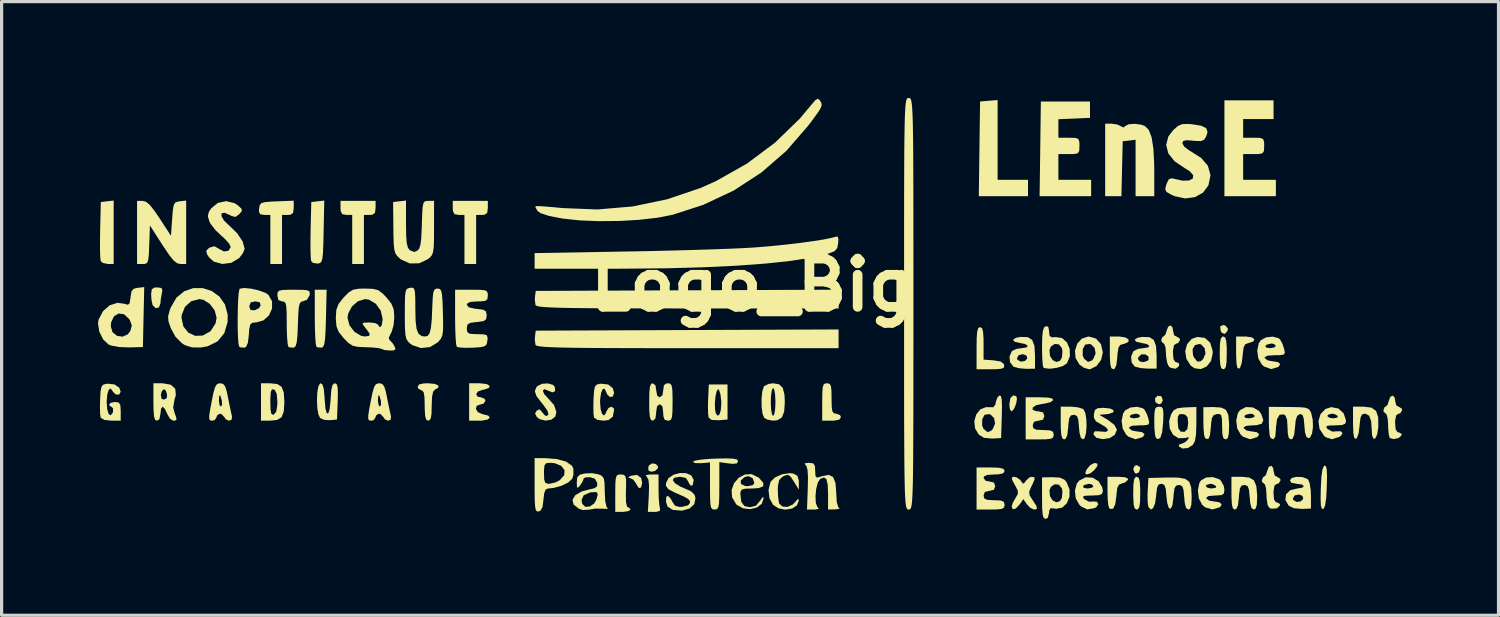
<source format=kicad_pcb>
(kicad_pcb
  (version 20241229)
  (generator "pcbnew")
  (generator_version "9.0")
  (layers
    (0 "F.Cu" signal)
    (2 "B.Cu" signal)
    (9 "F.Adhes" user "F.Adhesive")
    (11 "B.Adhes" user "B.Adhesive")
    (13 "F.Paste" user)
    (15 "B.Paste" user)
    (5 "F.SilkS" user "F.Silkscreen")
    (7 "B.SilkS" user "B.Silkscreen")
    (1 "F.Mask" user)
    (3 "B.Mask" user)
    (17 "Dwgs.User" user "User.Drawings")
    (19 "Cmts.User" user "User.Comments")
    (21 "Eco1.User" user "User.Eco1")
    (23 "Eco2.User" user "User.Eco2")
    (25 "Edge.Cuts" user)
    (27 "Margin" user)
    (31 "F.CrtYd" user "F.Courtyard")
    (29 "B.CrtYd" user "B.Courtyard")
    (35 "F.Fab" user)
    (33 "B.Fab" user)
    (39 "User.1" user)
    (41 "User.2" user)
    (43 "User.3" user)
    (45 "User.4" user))
  (footprint "Logo_Big"
    (layer "F.Cu")
    (at 20.357 5.822)
    (property "Reference" "Logo_Big" (at 0 0 0) (layer "F.SilkS") (effects (font (size 1.5 1.5) (thickness 0.3))))
    (attr board_only exclude_from_pos_files exclude_from_bom)
    (fp_poly (pts (xy 12.069 5.66) (xy 12.081 5.709) (xy 12.041 5.828) (xy 11.955 5.869) (xy 11.91 5.845) (xy 11.862 5.729) (xy 11.906 5.628) (xy 11.972 5.604)) (stroke (width 0) (type solid)) (fill yes) (layer "F.SilkS"))
    (fp_poly (pts (xy 14.733 1.262) (xy 14.809 1.354) (xy 14.802 1.416) (xy 14.717 1.52) (xy 14.621 1.487) (xy 14.581 1.416) (xy 14.571 1.282) (xy 14.666 1.244)) (stroke (width 0) (type solid)) (fill yes) (layer "F.SilkS"))
    (fp_poly (pts (xy -2.995 5.57) (xy -2.927 5.646) (xy -2.929 5.695) (xy -3.014 5.784) (xy -3.141 5.812) (xy -3.227 5.768) (xy -3.228 5.66) (xy -3.205 5.608) (xy -3.109 5.55)) (stroke (width 0) (type solid)) (fill yes) (layer "F.SilkS"))
    (fp_poly (pts (xy 12.725 3.456) (xy 12.745 3.473) (xy 12.785 3.587) (xy 12.732 3.689) (xy 12.664 3.712) (xy 12.57 3.659) (xy 12.551 3.633) (xy 12.542 3.522) (xy 12.619 3.447)) (stroke (width 0) (type solid)) (fill yes) (layer "F.SilkS"))
    (fp_poly (pts (xy 8.22 3.454) (xy 8.245 3.543) (xy 8.218 3.694) (xy 8.159 3.843) (xy 8.087 3.927) (xy 8.071 3.93) (xy 8.025 3.867) (xy 8.006 3.716) (xy 8.038 3.524) (xy 8.124 3.435)) (stroke (width 0) (type solid)) (fill yes) (layer "F.SilkS"))
    (fp_poly (pts (xy 10.75 5.558) (xy 10.743 5.638) (xy 10.659 5.751) (xy 10.539 5.852) (xy 10.43 5.895) (xy 10.367 5.868) (xy 10.4 5.764) (xy 10.41 5.745) (xy 10.524 5.605) (xy 10.657 5.537)) (stroke (width 0) (type solid)) (fill yes) (layer "F.SilkS"))
    (fp_poly (pts (xy -19.869 -1.642) (xy -19.869 -0.655) (xy -20.053 -0.655) (xy -20.206 -0.688) (xy -20.274 -0.75) (xy -20.286 -0.857) (xy -20.294 -1.077) (xy -20.295 -1.378) (xy -20.29 -1.715) (xy -20.269 -2.584) (xy -20.069 -2.607) (xy -19.869 -2.63)) (stroke (width 0) (type solid)) (fill yes) (layer "F.SilkS"))
    (fp_poly (pts (xy -3.454 6.003) (xy -3.421 6.148) (xy -3.451 6.297) (xy -3.52 6.321) (xy -3.594 6.213) (xy -3.601 6.191) (xy -3.694 6.06) (xy -3.77 6.02) (xy -3.854 5.991) (xy -3.805 5.952) (xy -3.766 5.935) (xy -3.578 5.909)) (stroke (width 0) (type solid)) (fill yes) (layer "F.SilkS"))
    (fp_poly (pts (xy 7.642 -4.517) (xy 7.642 -3.275) (xy 8.115 -3.275) (xy 8.588 -3.275) (xy 8.588 -3.02) (xy 8.588 -2.766) (xy 7.822 -2.766) (xy 7.057 -2.766) (xy 7.076 -4.239) (xy 7.096 -5.713) (xy 7.369 -5.736) (xy 7.642 -5.758)) (stroke (width 0) (type solid)) (fill yes) (layer "F.SilkS"))
    (fp_poly (pts (xy -18.379 0.092) (xy -18.354 0.174) (xy -18.367 0.237) (xy -18.404 0.447) (xy -18.412 0.564) (xy -18.459 0.695) (xy -18.557 0.722) (xy -18.651 0.633) (xy -18.66 0.613) (xy -18.693 0.456) (xy -18.704 0.285) (xy -18.684 0.132) (xy -18.596 0.078) (xy -18.514 0.073)) (stroke (width 0) (type solid)) (fill yes) (layer "F.SilkS"))
    (fp_poly (pts (xy -13.262 1.036) (xy -13.274 1.42) (xy -13.29 1.68) (xy -13.315 1.84) (xy -13.351 1.923) (xy -13.395 1.948) (xy -13.524 1.939) (xy -13.559 1.919) (xy -13.579 1.83) (xy -13.595 1.626) (xy -13.606 1.338) (xy -13.61 1.007) (xy -13.61 0.146) (xy -13.426 0.146) (xy -13.241 0.146)) (stroke (width 0) (type solid)) (fill yes) (layer "F.SilkS"))
    (fp_poly (pts (xy 12.032 5.998) (xy 12.065 6.106) (xy 12.08 6.318) (xy 12.081 6.477) (xy 12.075 6.754) (xy 12.052 6.913) (xy 12.006 6.979) (xy 11.972 6.987) (xy 11.913 6.957) (xy 11.879 6.849) (xy 11.865 6.637) (xy 11.863 6.477) (xy 11.869 6.201) (xy 11.893 6.042) (xy 11.938 5.975) (xy 11.972 5.968)) (stroke (width 0) (type solid)) (fill yes) (layer "F.SilkS"))
    (fp_poly (pts (xy 12.746 3.797) (xy 12.788 3.854) (xy 12.802 3.989) (xy 12.796 4.233) (xy 12.794 4.27) (xy 12.763 4.582) (xy 12.705 4.757) (xy 12.622 4.794) (xy 12.568 4.756) (xy 12.542 4.663) (xy 12.524 4.468) (xy 12.518 4.245) (xy 12.523 3.994) (xy 12.544 3.855) (xy 12.591 3.796) (xy 12.667 3.785)) (stroke (width 0) (type solid)) (fill yes) (layer "F.SilkS"))
    (fp_poly (pts (xy 14.724 1.631) (xy 14.758 1.739) (xy 14.773 1.951) (xy 14.774 2.111) (xy 14.768 2.387) (xy 14.745 2.546) (xy 14.699 2.613) (xy 14.665 2.62) (xy 14.606 2.59) (xy 14.572 2.482) (xy 14.557 2.27) (xy 14.556 2.111) (xy 14.562 1.834) (xy 14.585 1.675) (xy 14.631 1.609) (xy 14.665 1.601)) (stroke (width 0) (type solid)) (fill yes) (layer "F.SilkS"))
    (fp_poly (pts (xy 17.86 5.638) (xy 17.886 5.739) (xy 17.894 5.944) (xy 17.888 6.264) (xy 17.869 6.627) (xy 17.836 6.855) (xy 17.789 6.961) (xy 17.774 6.97) (xy 17.729 6.953) (xy 17.703 6.852) (xy 17.695 6.647) (xy 17.701 6.327) (xy 17.72 5.964) (xy 17.753 5.736) (xy 17.8 5.63) (xy 17.816 5.621)) (stroke (width 0) (type solid)) (fill yes) (layer "F.SilkS"))
    (fp_poly (pts (xy -13.335 -1.661) (xy -13.344 -1.269) (xy -13.355 -1) (xy -13.373 -0.829) (xy -13.401 -0.732) (xy -13.445 -0.687) (xy -13.508 -0.67) (xy -13.519 -0.668) (xy -13.663 -0.688) (xy -13.722 -0.745) (xy -13.735 -0.854) (xy -13.743 -1.076) (xy -13.744 -1.378) (xy -13.74 -1.715) (xy -13.719 -2.584) (xy -13.517 -2.607) (xy -13.314 -2.63)) (stroke (width 0) (type solid)) (fill yes) (layer "F.SilkS"))
    (fp_poly (pts (xy -2.911 6.362) (xy -2.905 6.625) (xy -2.887 6.839) (xy -2.867 6.944) (xy -2.868 7.028) (xy -2.979 7.058) (xy -3.033 7.06) (xy -3.243 7.06) (xy -3.214 6.542) (xy -3.206 6.241) (xy -3.225 6.058) (xy -3.276 5.967) (xy -3.285 5.96) (xy -3.308 5.916) (xy -3.194 5.897) (xy -3.148 5.896) (xy -2.911 5.895)) (stroke (width 0) (type solid)) (fill yes) (layer "F.SilkS"))
    (fp_poly (pts (xy 15.552 1.627) (xy 15.634 1.688) (xy 15.6 1.757) (xy 15.445 1.806) (xy 15.351 1.842) (xy 15.299 1.939) (xy 15.273 2.135) (xy 15.269 2.2) (xy 15.239 2.43) (xy 15.187 2.575) (xy 15.156 2.602) (xy 15.106 2.577) (xy 15.077 2.447) (xy 15.066 2.194) (xy 15.065 2.117) (xy 15.065 1.601) (xy 15.363 1.601)) (stroke (width 0) (type solid)) (fill yes) (layer "F.SilkS"))
    (fp_poly (pts (xy -11.717 -2.402) (xy -11.737 -2.246) (xy -11.82 -2.189) (xy -11.899 -2.183) (xy -12.081 -2.183) (xy -12.081 -1.419) (xy -12.081 -0.655) (xy -12.263 -0.655) (xy -12.445 -0.655) (xy -12.445 -1.419) (xy -12.445 -2.183) (xy -12.627 -2.183) (xy -12.757 -2.207) (xy -12.805 -2.307) (xy -12.809 -2.402) (xy -12.809 -2.62) (xy -12.263 -2.62) (xy -11.717 -2.62)) (stroke (width 0) (type solid)) (fill yes) (layer "F.SilkS"))
    (fp_poly (pts (xy -8.224 -2.402) (xy -8.244 -2.246) (xy -8.327 -2.189) (xy -8.406 -2.183) (xy -8.588 -2.183) (xy -8.588 -1.419) (xy -8.588 -0.655) (xy -8.77 -0.655) (xy -8.952 -0.655) (xy -8.952 -1.419) (xy -8.952 -2.183) (xy -9.134 -2.183) (xy -9.264 -2.207) (xy -9.311 -2.307) (xy -9.316 -2.402) (xy -9.316 -2.62) (xy -8.77 -2.62) (xy -8.224 -2.62)) (stroke (width 0) (type solid)) (fill yes) (layer "F.SilkS"))
    (fp_poly (pts (xy 11.613 5.982) (xy 11.7 6.027) (xy 11.7 6.059) (xy 11.611 6.142) (xy 11.515 6.173) (xy 11.421 6.209) (xy 11.369 6.306) (xy 11.343 6.502) (xy 11.339 6.567) (xy 11.303 6.825) (xy 11.236 6.961) (xy 11.144 6.966) (xy 11.113 6.94) (xy 11.086 6.846) (xy 11.068 6.651) (xy 11.062 6.429) (xy 11.062 5.968) (xy 11.396 5.968)) (stroke (width 0) (type solid)) (fill yes) (layer "F.SilkS"))
    (fp_poly (pts (xy 11.616 1.629) (xy 11.717 1.694) (xy 11.714 1.768) (xy 11.593 1.826) (xy 11.554 1.833) (xy 11.456 1.865) (xy 11.402 1.952) (xy 11.375 2.131) (xy 11.368 2.238) (xy 11.34 2.482) (xy 11.289 2.6) (xy 11.241 2.62) (xy 11.183 2.587) (xy 11.15 2.47) (xy 11.136 2.244) (xy 11.135 2.111) (xy 11.135 1.601) (xy 11.426 1.601)) (stroke (width 0) (type solid)) (fill yes) (layer "F.SilkS"))
    (fp_poly (pts (xy -4.002 5.902) (xy -3.948 5.942) (xy -3.923 6.043) (xy -3.92 6.237) (xy -3.928 6.496) (xy -3.924 6.753) (xy -3.893 6.893) (xy -3.864 6.914) (xy -3.788 6.966) (xy -3.785 6.987) (xy -3.848 7.036) (xy -4.003 7.059) (xy -4.021 7.06) (xy -4.258 7.06) (xy -4.258 6.478) (xy -4.255 6.188) (xy -4.242 6.015) (xy -4.211 5.929) (xy -4.152 5.898) (xy -4.094 5.895)) (stroke (width 0) (type solid)) (fill yes) (layer "F.SilkS"))
    (fp_poly (pts (xy 2.408 3.071) (xy 2.452 3.137) (xy 2.471 3.286) (xy 2.474 3.53) (xy 2.479 3.786) (xy 2.499 3.929) (xy 2.545 3.99) (xy 2.62 4.003) (xy 2.739 4.048) (xy 2.766 4.112) (xy 2.718 4.188) (xy 2.558 4.219) (xy 2.474 4.221) (xy 2.183 4.221) (xy 2.183 3.639) (xy 2.186 3.349) (xy 2.2 3.175) (xy 2.233 3.088) (xy 2.291 3.059) (xy 2.329 3.057)) (stroke (width 0) (type solid)) (fill yes) (layer "F.SilkS"))
    (fp_poly (pts (xy 2.693 0.436) (xy 2.693 0.728) (xy -2.004 0.728) (xy -2.962 0.727) (xy -3.784 0.726) (xy -4.481 0.724) (xy -5.062 0.72) (xy -5.538 0.715) (xy -5.917 0.708) (xy -6.211 0.699) (xy -6.429 0.687) (xy -6.581 0.674) (xy -6.677 0.657) (xy -6.727 0.638) (xy -6.74 0.624) (xy -6.762 0.471) (xy -6.756 0.351) (xy -6.732 0.182) (xy -2.02 0.163) (xy 2.693 0.144)) (stroke (width 0) (type solid)) (fill yes) (layer "F.SilkS"))
    (fp_poly (pts (xy 2.693 1.673) (xy 2.693 1.965) (xy -2.004 1.965) (xy -2.962 1.965) (xy -3.784 1.963) (xy -4.481 1.961) (xy -5.062 1.957) (xy -5.538 1.952) (xy -5.917 1.945) (xy -6.211 1.936) (xy -6.429 1.925) (xy -6.581 1.911) (xy -6.677 1.895) (xy -6.727 1.876) (xy -6.74 1.861) (xy -6.762 1.708) (xy -6.756 1.588) (xy -6.732 1.419) (xy -2.02 1.4) (xy 2.693 1.382)) (stroke (width 0) (type solid)) (fill yes) (layer "F.SilkS"))
    (fp_poly (pts (xy 7.156 1.34) (xy 7.189 1.448) (xy 7.204 1.662) (xy 7.205 1.815) (xy 7.205 2.321) (xy 7.514 2.343) (xy 7.731 2.378) (xy 7.833 2.452) (xy 7.847 2.493) (xy 7.841 2.564) (xy 7.771 2.602) (xy 7.605 2.618) (xy 7.429 2.62) (xy 6.987 2.62) (xy 6.987 1.965) (xy 6.991 1.645) (xy 7.007 1.446) (xy 7.038 1.343) (xy 7.088 1.31) (xy 7.096 1.31)) (stroke (width 0) (type solid)) (fill yes) (layer "F.SilkS"))
    (fp_poly (pts (xy -14.265 -2.405) (xy -14.284 -2.247) (xy -14.365 -2.189) (xy -14.447 -2.183) (xy -14.629 -2.183) (xy -14.629 -1.419) (xy -14.629 -0.655) (xy -14.811 -0.655) (xy -14.993 -0.655) (xy -14.993 -1.419) (xy -14.993 -2.183) (xy -15.179 -2.183) (xy -15.312 -2.204) (xy -15.349 -2.297) (xy -15.343 -2.384) (xy -15.324 -2.487) (xy -15.276 -2.548) (xy -15.165 -2.581) (xy -14.959 -2.598) (xy -14.792 -2.605) (xy -14.265 -2.626)) (stroke (width 0) (type solid)) (fill yes) (layer "F.SilkS"))
    (fp_poly (pts (xy -9.871 3.077) (xy -9.761 3.128) (xy -9.768 3.195) (xy -9.862 3.249) (xy -9.926 3.317) (xy -9.96 3.477) (xy -9.971 3.755) (xy -9.971 3.756) (xy -9.978 4.019) (xy -10.005 4.164) (xy -10.057 4.218) (xy -10.08 4.221) (xy -10.141 4.19) (xy -10.175 4.077) (xy -10.188 3.856) (xy -10.189 3.748) (xy -10.196 3.483) (xy -10.222 3.335) (xy -10.274 3.279) (xy -10.298 3.275) (xy -10.395 3.217) (xy -10.407 3.166) (xy -10.365 3.094) (xy -10.219 3.061) (xy -10.08 3.057)) (stroke (width 0) (type solid)) (fill yes) (layer "F.SilkS"))
    (fp_poly (pts (xy 19.273 3.814) (xy 19.421 3.917) (xy 19.488 4.114) (xy 19.491 4.418) (xy 19.456 4.645) (xy 19.399 4.771) (xy 19.34 4.785) (xy 19.297 4.678) (xy 19.287 4.524) (xy 19.268 4.235) (xy 19.207 4.068) (xy 19.096 4.005) (xy 19.064 4.003) (xy 18.982 4.029) (xy 18.936 4.128) (xy 18.911 4.335) (xy 18.908 4.379) (xy 18.878 4.612) (xy 18.826 4.757) (xy 18.795 4.786) (xy 18.745 4.76) (xy 18.716 4.63) (xy 18.705 4.378) (xy 18.704 4.3) (xy 18.704 3.785) (xy 19.029 3.785)) (stroke (width 0) (type solid)) (fill yes) (layer "F.SilkS"))
    (fp_poly (pts (xy -8.264 3.08) (xy -8.167 3.136) (xy -8.19 3.202) (xy -8.342 3.254) (xy -8.393 3.262) (xy -8.534 3.315) (xy -8.586 3.4) (xy -8.54 3.474) (xy -8.442 3.493) (xy -8.324 3.539) (xy -8.297 3.603) (xy -8.358 3.691) (xy -8.442 3.712) (xy -8.567 3.755) (xy -8.596 3.852) (xy -8.536 3.955) (xy -8.397 4.016) (xy -8.393 4.016) (xy -8.212 4.063) (xy -8.161 4.127) (xy -8.233 4.187) (xy -8.418 4.22) (xy -8.473 4.221) (xy -8.806 4.221) (xy -8.806 3.639) (xy -8.806 3.057) (xy -8.473 3.057)) (stroke (width 0) (type solid)) (fill yes) (layer "F.SilkS"))
    (fp_poly (pts (xy -0.764 3.639) (xy -0.764 4.185) (xy -1.038 4.207) (xy -1.256 4.198) (xy -1.351 4.127) (xy -1.368 4.004) (xy -1.374 3.785) (xy -1.371 3.665) (xy -1.157 3.665) (xy -1.154 3.861) (xy -1.13 3.987) (xy -1.071 4.068) (xy -1.015 4.029) (xy -0.973 3.895) (xy -0.957 3.692) (xy -0.96 3.595) (xy -0.986 3.39) (xy -1.029 3.261) (xy -1.055 3.239) (xy -1.102 3.303) (xy -1.138 3.462) (xy -1.157 3.665) (xy -1.371 3.665) (xy -1.368 3.559) (xy -1.346 3.093) (xy -1.055 3.093) (xy -0.764 3.093)) (stroke (width 0) (type solid)) (fill yes) (layer "F.SilkS"))
    (fp_poly (pts (xy 11.372 -4.995) (xy 11.476 -4.943) (xy 11.564 -4.903) (xy 11.604 -4.943) (xy 11.714 -5.002) (xy 11.901 -5.019) (xy 12.106 -4.993) (xy 12.229 -4.948) (xy 12.349 -4.825) (xy 12.435 -4.597) (xy 12.49 -4.252) (xy 12.515 -3.78) (xy 12.518 -3.548) (xy 12.518 -2.766) (xy 12.227 -2.766) (xy 11.936 -2.766) (xy 11.936 -3.644) (xy 11.936 -4.522) (xy 11.736 -4.499) (xy 11.536 -4.476) (xy 11.515 -3.621) (xy 11.495 -2.766) (xy 11.242 -2.766) (xy 10.99 -2.766) (xy 10.99 -3.894) (xy 10.99 -5.022) (xy 11.193 -5.022)) (stroke (width 0) (type solid)) (fill yes) (layer "F.SilkS"))
    (fp_poly (pts (xy -14.779 3.08) (xy -14.642 3.168) (xy -14.574 3.347) (xy -14.556 3.639) (xy -14.574 3.933) (xy -14.642 4.111) (xy -14.781 4.198) (xy -15.007 4.221) (xy -15.284 4.221) (xy -15.284 3.639) (xy -14.993 3.639) (xy -14.986 3.881) (xy -14.962 4.005) (xy -14.914 4.037) (xy -14.883 4.029) (xy -14.808 3.938) (xy -14.776 3.727) (xy -14.774 3.639) (xy -14.794 3.39) (xy -14.856 3.265) (xy -14.883 3.249) (xy -14.945 3.25) (xy -14.979 3.331) (xy -14.992 3.52) (xy -14.993 3.639) (xy -15.284 3.639) (xy -15.284 3.057) (xy -15.007 3.057)) (stroke (width 0) (type solid)) (fill yes) (layer "F.SilkS"))
    (fp_poly (pts (xy 10.517 -5.458) (xy 10.517 -5.204) (xy 10.025 -5.182) (xy 9.534 -5.161) (xy 9.534 -4.873) (xy 9.534 -4.585) (xy 9.862 -4.585) (xy 10.063 -4.58) (xy 10.158 -4.543) (xy 10.187 -4.444) (xy 10.189 -4.33) (xy 10.182 -4.174) (xy 10.135 -4.1) (xy 10.007 -4.077) (xy 9.862 -4.076) (xy 9.534 -4.076) (xy 9.534 -3.675) (xy 9.534 -3.275) (xy 10.044 -3.275) (xy 10.553 -3.275) (xy 10.553 -3.02) (xy 10.553 -2.766) (xy 9.751 -2.766) (xy 8.949 -2.766) (xy 8.969 -4.239) (xy 8.988 -5.713) (xy 9.752 -5.713) (xy 10.517 -5.713)) (stroke (width 0) (type solid)) (fill yes) (layer "F.SilkS"))
    (fp_poly (pts (xy 14.094 1.647) (xy 14.259 1.796) (xy 14.335 2.046) (xy 14.338 2.118) (xy 14.285 2.36) (xy 14.151 2.532) (xy 13.969 2.615) (xy 13.772 2.59) (xy 13.651 2.506) (xy 13.516 2.292) (xy 13.482 2.056) (xy 13.497 2) (xy 13.71 2) (xy 13.723 2.181) (xy 13.754 2.253) (xy 13.858 2.383) (xy 13.966 2.371) (xy 14.043 2.297) (xy 14.112 2.131) (xy 14.085 1.963) (xy 13.979 1.85) (xy 13.925 1.833) (xy 13.783 1.87) (xy 13.71 2) (xy 13.497 2) (xy 13.541 1.837) (xy 13.683 1.676) (xy 13.855 1.614)) (stroke (width 0) (type solid)) (fill yes) (layer "F.SilkS"))
    (fp_poly (pts (xy 15.475 5.991) (xy 15.619 6.078) (xy 15.694 6.253) (xy 15.72 6.541) (xy 15.72 6.618) (xy 15.708 6.851) (xy 15.667 6.965) (xy 15.615 6.987) (xy 15.545 6.937) (xy 15.503 6.776) (xy 15.488 6.605) (xy 15.467 6.379) (xy 15.427 6.263) (xy 15.355 6.225) (xy 15.32 6.223) (xy 15.233 6.243) (xy 15.184 6.329) (xy 15.158 6.514) (xy 15.152 6.605) (xy 15.125 6.848) (xy 15.073 6.967) (xy 15.025 6.987) (xy 14.967 6.954) (xy 14.934 6.837) (xy 14.921 6.611) (xy 14.92 6.477) (xy 14.92 5.968) (xy 15.245 5.968)) (stroke (width 0) (type solid)) (fill yes) (layer "F.SilkS"))
    (fp_poly (pts (xy 16.23 -5.458) (xy 16.23 -5.167) (xy 15.757 -5.167) (xy 15.284 -5.167) (xy 15.284 -4.876) (xy 15.284 -4.585) (xy 15.611 -4.585) (xy 15.812 -4.58) (xy 15.908 -4.543) (xy 15.937 -4.444) (xy 15.939 -4.33) (xy 15.932 -4.174) (xy 15.884 -4.1) (xy 15.757 -4.077) (xy 15.611 -4.076) (xy 15.284 -4.076) (xy 15.284 -3.675) (xy 15.284 -3.275) (xy 15.793 -3.275) (xy 16.303 -3.275) (xy 16.303 -3.02) (xy 16.303 -2.766) (xy 15.502 -2.766) (xy 14.701 -2.766) (xy 14.701 -4.258) (xy 14.701 -5.75) (xy 15.466 -5.75) (xy 16.23 -5.75)) (stroke (width 0) (type solid)) (fill yes) (layer "F.SilkS"))
    (fp_poly (pts (xy -12.929 3.082) (xy -12.9 3.175) (xy -12.891 3.363) (xy -12.897 3.621) (xy -12.918 4.185) (xy -13.137 4.206) (xy -13.323 4.194) (xy -13.446 4.137) (xy -13.5 4.017) (xy -13.532 3.817) (xy -13.542 3.578) (xy -13.531 3.344) (xy -13.499 3.158) (xy -13.448 3.062) (xy -13.431 3.057) (xy -13.37 3.095) (xy -13.331 3.227) (xy -13.307 3.474) (xy -13.304 3.548) (xy -13.278 3.84) (xy -13.237 3.989) (xy -13.19 3.996) (xy -13.148 3.862) (xy -13.118 3.588) (xy -13.115 3.53) (xy -13.095 3.261) (xy -13.059 3.112) (xy -13.001 3.058) (xy -12.985 3.057)) (stroke (width 0) (type solid)) (fill yes) (layer "F.SilkS"))
    (fp_poly (pts (xy 10.134 3.804) (xy 10.292 3.852) (xy 10.32 3.872) (xy 10.375 3.993) (xy 10.405 4.188) (xy 10.41 4.412) (xy 10.391 4.619) (xy 10.349 4.764) (xy 10.302 4.803) (xy 10.232 4.754) (xy 10.19 4.592) (xy 10.175 4.421) (xy 10.154 4.195) (xy 10.115 4.08) (xy 10.042 4.041) (xy 10.007 4.039) (xy 9.92 4.06) (xy 9.871 4.145) (xy 9.846 4.33) (xy 9.84 4.421) (xy 9.812 4.665) (xy 9.76 4.784) (xy 9.712 4.803) (xy 9.655 4.77) (xy 9.622 4.653) (xy 9.608 4.428) (xy 9.607 4.294) (xy 9.607 3.785) (xy 9.92 3.785)) (stroke (width 0) (type solid)) (fill yes) (layer "F.SilkS"))
    (fp_poly (pts (xy 11.15 3.844) (xy 11.252 3.898) (xy 11.242 3.96) (xy 11.108 4.009) (xy 11.049 4.016) (xy 10.808 4.039) (xy 11.081 4.201) (xy 11.275 4.351) (xy 11.353 4.496) (xy 11.354 4.507) (xy 11.29 4.662) (xy 11.129 4.764) (xy 10.914 4.796) (xy 10.717 4.755) (xy 10.633 4.659) (xy 10.626 4.617) (xy 10.671 4.55) (xy 10.823 4.555) (xy 10.835 4.558) (xy 11.02 4.569) (xy 11.081 4.518) (xy 11.016 4.427) (xy 10.873 4.341) (xy 10.703 4.241) (xy 10.639 4.132) (xy 10.639 4.02) (xy 10.67 3.89) (xy 10.753 3.834) (xy 10.933 3.821) (xy 10.947 3.821)) (stroke (width 0) (type solid)) (fill yes) (layer "F.SilkS"))
    (fp_poly (pts (xy 14.6 3.813) (xy 14.749 3.885) (xy 14.823 4.041) (xy 14.847 4.309) (xy 14.847 4.376) (xy 14.838 4.626) (xy 14.808 4.76) (xy 14.748 4.803) (xy 14.738 4.803) (xy 14.672 4.768) (xy 14.638 4.643) (xy 14.629 4.401) (xy 14.629 4.398) (xy 14.624 4.168) (xy 14.601 4.05) (xy 14.545 4.012) (xy 14.465 4.016) (xy 14.367 4.048) (xy 14.313 4.135) (xy 14.286 4.315) (xy 14.279 4.421) (xy 14.252 4.673) (xy 14.204 4.79) (xy 14.128 4.784) (xy 14.095 4.755) (xy 14.069 4.662) (xy 14.052 4.468) (xy 14.046 4.254) (xy 14.046 3.802) (xy 14.354 3.797)) (stroke (width 0) (type solid)) (fill yes) (layer "F.SilkS"))
    (fp_poly (pts (xy -17.613 -1.642) (xy -17.613 -0.655) (xy -17.792 -0.655) (xy -17.893 -0.678) (xy -18.001 -0.762) (xy -18.136 -0.928) (xy -18.318 -1.197) (xy -18.356 -1.255) (xy -18.741 -1.856) (xy -18.762 -1.255) (xy -18.774 -0.961) (xy -18.793 -0.783) (xy -18.827 -0.692) (xy -18.886 -0.659) (xy -18.962 -0.655) (xy -19.141 -0.655) (xy -19.141 -1.638) (xy -19.141 -2.62) (xy -18.968 -2.62) (xy -18.861 -2.591) (xy -18.742 -2.492) (xy -18.591 -2.3) (xy -18.44 -2.077) (xy -18.086 -1.534) (xy -18.049 -2.059) (xy -18.028 -2.33) (xy -18 -2.489) (xy -17.952 -2.568) (xy -17.871 -2.599) (xy -17.813 -2.607) (xy -17.613 -2.63)) (stroke (width 0) (type solid)) (fill yes) (layer "F.SilkS"))
    (fp_poly (pts (xy -0.589 5.403) (xy -0.477 5.427) (xy -0.438 5.471) (xy -0.437 5.485) (xy -0.472 5.551) (xy -0.6 5.564) (xy -0.728 5.551) (xy -1.019 5.512) (xy -1.019 6.249) (xy -1.021 6.583) (xy -1.03 6.798) (xy -1.052 6.919) (xy -1.091 6.973) (xy -1.154 6.987) (xy -1.164 6.987) (xy -1.231 6.977) (xy -1.273 6.93) (xy -1.297 6.819) (xy -1.307 6.618) (xy -1.31 6.301) (xy -1.31 6.253) (xy -1.31 5.52) (xy -1.583 5.544) (xy -1.758 5.542) (xy -1.837 5.507) (xy -1.838 5.495) (xy -1.762 5.461) (xy -1.574 5.431) (xy -1.305 5.409) (xy -1.128 5.401) (xy -0.798 5.395)) (stroke (width 0) (type solid)) (fill yes) (layer "F.SilkS"))
    (fp_poly (pts (xy 10.704 1.665) (xy 10.859 1.839) (xy 10.917 2.097) (xy 10.917 2.098) (xy 10.862 2.331) (xy 10.722 2.518) (xy 10.534 2.615) (xy 10.48 2.62) (xy 10.322 2.571) (xy 10.189 2.474) (xy 10.069 2.272) (xy 10.062 2.192) (xy 10.289 2.192) (xy 10.335 2.293) (xy 10.456 2.392) (xy 10.567 2.355) (xy 10.622 2.297) (xy 10.692 2.13) (xy 10.664 1.961) (xy 10.555 1.849) (xy 10.501 1.833) (xy 10.367 1.854) (xy 10.296 1.986) (xy 10.293 1.998) (xy 10.289 2.192) (xy 10.062 2.192) (xy 10.05 2.043) (xy 10.119 1.827) (xy 10.262 1.667) (xy 10.466 1.601) (xy 10.473 1.601)) (stroke (width 0) (type solid)) (fill yes) (layer "F.SilkS"))
    (fp_poly (pts (xy -6.199 3.105) (xy -6.139 3.169) (xy -6.128 3.302) (xy -6.214 3.34) (xy -6.332 3.292) (xy -6.463 3.241) (xy -6.512 3.283) (xy -6.474 3.388) (xy -6.363 3.509) (xy -6.162 3.736) (xy -6.091 3.953) (xy -6.125 4.094) (xy -6.247 4.191) (xy -6.433 4.218) (xy -6.615 4.173) (xy -6.698 4.109) (xy -6.754 3.996) (xy -6.703 3.909) (xy -6.616 3.866) (xy -6.542 3.948) (xy -6.452 4.053) (xy -6.401 4.076) (xy -6.334 4.03) (xy -6.373 3.904) (xy -6.512 3.709) (xy -6.55 3.664) (xy -6.711 3.455) (xy -6.762 3.302) (xy -6.711 3.177) (xy -6.681 3.144) (xy -6.538 3.073) (xy -6.356 3.061)) (stroke (width 0) (type solid)) (fill yes) (layer "F.SilkS"))
    (fp_poly (pts (xy 0.842 3.089) (xy 0.956 3.202) (xy 1.009 3.417) (xy 1.019 3.639) (xy 0.999 3.939) (xy 0.928 4.12) (xy 0.793 4.206) (xy 0.655 4.221) (xy 0.478 4.189) (xy 0.378 4.134) (xy 0.326 4.006) (xy 0.298 3.79) (xy 0.296 3.639) (xy 0.582 3.639) (xy 0.593 3.872) (xy 0.622 4.029) (xy 0.655 4.076) (xy 0.694 4.009) (xy 0.72 3.836) (xy 0.728 3.639) (xy 0.717 3.406) (xy 0.688 3.249) (xy 0.655 3.202) (xy 0.616 3.269) (xy 0.59 3.442) (xy 0.582 3.639) (xy 0.296 3.639) (xy 0.295 3.54) (xy 0.318 3.312) (xy 0.365 3.161) (xy 0.378 3.144) (xy 0.515 3.077) (xy 0.655 3.057)) (stroke (width 0) (type solid)) (fill yes) (layer "F.SilkS"))
    (fp_poly (pts (xy 9.216 3.503) (xy 9.348 3.533) (xy 9.371 3.584) (xy 9.286 3.646) (xy 9.11 3.69) (xy 9.037 3.698) (xy 8.846 3.738) (xy 8.739 3.806) (xy 8.728 3.877) (xy 8.829 3.924) (xy 8.915 3.93) (xy 9.058 3.964) (xy 9.097 4.076) (xy 9.055 4.19) (xy 8.915 4.221) (xy 8.773 4.255) (xy 8.734 4.367) (xy 8.755 4.458) (xy 8.844 4.501) (xy 9.038 4.512) (xy 9.061 4.512) (xy 9.266 4.522) (xy 9.362 4.561) (xy 9.388 4.647) (xy 9.389 4.658) (xy 9.373 4.739) (xy 9.303 4.783) (xy 9.145 4.801) (xy 8.952 4.803) (xy 8.515 4.803) (xy 8.515 4.148) (xy 8.515 3.493) (xy 8.958 3.493)) (stroke (width 0) (type solid)) (fill yes) (layer "F.SilkS"))
    (fp_poly (pts (xy 16.219 5.692) (xy 16.23 5.78) (xy 16.267 5.931) (xy 16.339 5.968) (xy 16.435 6.026) (xy 16.448 6.077) (xy 16.39 6.174) (xy 16.339 6.186) (xy 16.263 6.234) (xy 16.232 6.394) (xy 16.23 6.477) (xy 16.246 6.676) (xy 16.303 6.76) (xy 16.345 6.768) (xy 16.429 6.813) (xy 16.43 6.859) (xy 16.333 6.951) (xy 16.168 6.96) (xy 16.102 6.939) (xy 16.044 6.844) (xy 16.014 6.636) (xy 16.011 6.544) (xy 15.998 6.338) (xy 15.964 6.209) (xy 15.939 6.186) (xy 15.874 6.127) (xy 15.866 6.077) (xy 15.903 5.98) (xy 15.934 5.968) (xy 15.996 5.906) (xy 16.025 5.81) (xy 16.079 5.663) (xy 16.158 5.622)) (stroke (width 0) (type solid)) (fill yes) (layer "F.SilkS"))
    (fp_poly (pts (xy 2.687 -1.44) (xy 2.68 -1.304) (xy 2.65 -1.149) (xy 2.571 -1.057) (xy 2.402 -0.988) (xy 2.333 -0.968) (xy 1.83 -0.851) (xy 1.188 -0.751) (xy 0.412 -0.668) (xy -0.493 -0.602) (xy -1.52 -0.553) (xy -2.666 -0.522) (xy -3.924 -0.51) (xy -4.163 -0.509) (xy -6.768 -0.509) (xy -6.768 -0.752) (xy -6.768 -0.995) (xy -3.872 -1.045) (xy -3.187 -1.058) (xy -2.505 -1.074) (xy -1.85 -1.092) (xy -1.245 -1.111) (xy -0.715 -1.13) (xy -0.281 -1.149) (xy 0.031 -1.167) (xy 0.04 -1.167) (xy 0.529 -1.207) (xy 1.023 -1.256) (xy 1.494 -1.311) (xy 1.916 -1.369) (xy 2.26 -1.424) (xy 2.5 -1.475) (xy 2.571 -1.497) (xy 2.659 -1.512)) (stroke (width 0) (type solid)) (fill yes) (layer "F.SilkS"))
    (fp_poly (pts (xy 7.677 5.685) (xy 7.813 5.715) (xy 7.859 5.773) (xy 7.86 5.786) (xy 7.817 5.858) (xy 7.672 5.891) (xy 7.533 5.895) (xy 7.317 5.909) (xy 7.218 5.958) (xy 7.205 6.004) (xy 7.268 6.092) (xy 7.387 6.113) (xy 7.53 6.148) (xy 7.569 6.259) (xy 7.526 6.373) (xy 7.387 6.405) (xy 7.244 6.439) (xy 7.205 6.55) (xy 7.227 6.641) (xy 7.316 6.684) (xy 7.509 6.696) (xy 7.533 6.696) (xy 7.737 6.705) (xy 7.834 6.745) (xy 7.86 6.831) (xy 7.86 6.841) (xy 7.844 6.923) (xy 7.774 6.966) (xy 7.617 6.984) (xy 7.423 6.987) (xy 6.987 6.987) (xy 6.987 6.332) (xy 6.987 5.677) (xy 7.423 5.677)) (stroke (width 0) (type solid)) (fill yes) (layer "F.SilkS"))
    (fp_poly (pts (xy 7.744 3.454) (xy 7.769 3.555) (xy 7.778 3.76) (xy 7.772 4.084) (xy 7.751 4.761) (xy 7.474 4.778) (xy 7.216 4.754) (xy 7.056 4.654) (xy 6.939 4.459) (xy 6.931 4.375) (xy 7.16 4.375) (xy 7.206 4.477) (xy 7.327 4.576) (xy 7.438 4.538) (xy 7.493 4.48) (xy 7.562 4.313) (xy 7.535 4.145) (xy 7.426 4.032) (xy 7.371 4.016) (xy 7.238 4.037) (xy 7.166 4.169) (xy 7.163 4.181) (xy 7.16 4.375) (xy 6.931 4.375) (xy 6.917 4.237) (xy 6.977 4.027) (xy 7.105 3.867) (xy 7.287 3.798) (xy 7.356 3.801) (xy 7.507 3.803) (xy 7.57 3.725) (xy 7.584 3.65) (xy 7.634 3.5) (xy 7.699 3.437)) (stroke (width 0) (type solid)) (fill yes) (layer "F.SilkS"))
    (fp_poly (pts (xy 13.089 1.325) (xy 13.1 1.413) (xy 13.137 1.564) (xy 13.209 1.601) (xy 13.306 1.659) (xy 13.319 1.71) (xy 13.26 1.807) (xy 13.209 1.819) (xy 13.134 1.868) (xy 13.102 2.027) (xy 13.1 2.111) (xy 13.117 2.309) (xy 13.174 2.394) (xy 13.216 2.402) (xy 13.295 2.442) (xy 13.284 2.526) (xy 13.195 2.596) (xy 13.166 2.604) (xy 13.027 2.575) (xy 12.971 2.535) (xy 12.916 2.41) (xy 12.884 2.207) (xy 12.882 2.132) (xy 12.867 1.942) (xy 12.829 1.831) (xy 12.809 1.819) (xy 12.745 1.761) (xy 12.736 1.71) (xy 12.773 1.613) (xy 12.804 1.601) (xy 12.867 1.539) (xy 12.895 1.443) (xy 12.95 1.297) (xy 13.028 1.255)) (stroke (width 0) (type solid)) (fill yes) (layer "F.SilkS"))
    (fp_poly (pts (xy 20.003 3.509) (xy 20.014 3.597) (xy 20.051 3.747) (xy 20.123 3.785) (xy 20.22 3.843) (xy 20.233 3.894) (xy 20.174 3.99) (xy 20.123 4.003) (xy 20.048 4.051) (xy 20.016 4.21) (xy 20.014 4.294) (xy 20.031 4.493) (xy 20.088 4.577) (xy 20.13 4.585) (xy 20.214 4.63) (xy 20.215 4.676) (xy 20.124 4.759) (xy 19.975 4.794) (xy 19.852 4.762) (xy 19.848 4.758) (xy 19.817 4.66) (xy 19.799 4.47) (xy 19.796 4.355) (xy 19.782 4.151) (xy 19.748 4.024) (xy 19.723 4.003) (xy 19.659 3.944) (xy 19.65 3.894) (xy 19.687 3.797) (xy 19.718 3.785) (xy 19.781 3.723) (xy 19.809 3.626) (xy 19.864 3.48) (xy 19.942 3.439)) (stroke (width 0) (type solid)) (fill yes) (layer "F.SilkS"))
    (fp_poly (pts (xy -4.481 3.094) (xy -4.334 3.211) (xy -4.294 3.357) (xy -4.336 3.471) (xy -4.426 3.483) (xy -4.514 3.397) (xy -4.535 3.341) (xy -4.59 3.227) (xy -4.649 3.238) (xy -4.699 3.353) (xy -4.728 3.551) (xy -4.731 3.639) (xy -4.713 3.863) (xy -4.669 4.01) (xy -4.611 4.06) (xy -4.553 3.994) (xy -4.535 3.937) (xy -4.466 3.823) (xy -4.37 3.786) (xy -4.302 3.838) (xy -4.294 3.888) (xy -4.335 4.097) (xy -4.47 4.202) (xy -4.632 4.221) (xy -4.816 4.194) (xy -4.917 4.127) (xy -4.919 4.123) (xy -4.935 4.002) (xy -4.94 3.785) (xy -4.935 3.559) (xy -4.919 3.306) (xy -4.892 3.165) (xy -4.837 3.099) (xy -4.739 3.073) (xy -4.708 3.07)) (stroke (width 0) (type solid)) (fill yes) (layer "F.SilkS"))
    (fp_poly (pts (xy 1.282 5.867) (xy 1.409 5.934) (xy 1.453 6.075) (xy 1.455 6.14) (xy 1.455 6.368) (xy 1.311 6.132) (xy 1.203 5.966) (xy 1.12 5.906) (xy 1.017 5.931) (xy 0.941 5.97) (xy 0.845 6.066) (xy 0.805 6.242) (xy 0.801 6.365) (xy 0.81 6.589) (xy 0.835 6.764) (xy 0.845 6.799) (xy 0.946 6.895) (xy 1.106 6.904) (xy 1.269 6.829) (xy 1.342 6.752) (xy 1.426 6.657) (xy 1.455 6.69) (xy 1.456 6.701) (xy 1.395 6.859) (xy 1.24 6.958) (xy 1.034 6.99) (xy 0.82 6.948) (xy 0.655 6.841) (xy 0.542 6.638) (xy 0.512 6.378) (xy 0.574 6.13) (xy 0.581 6.116) (xy 0.72 5.983) (xy 0.94 5.888) (xy 1.178 5.854)) (stroke (width 0) (type solid)) (fill yes) (layer "F.SilkS"))
    (fp_poly (pts (xy 8.579 1.621) (xy 8.717 1.707) (xy 8.788 1.893) (xy 8.806 2.184) (xy 8.806 2.603) (xy 8.533 2.607) (xy 8.317 2.59) (xy 8.148 2.546) (xy 8.133 2.539) (xy 8.031 2.409) (xy 8.017 2.278) (xy 8.244 2.278) (xy 8.258 2.325) (xy 8.365 2.386) (xy 8.497 2.361) (xy 8.567 2.283) (xy 8.541 2.194) (xy 8.432 2.152) (xy 8.302 2.18) (xy 8.299 2.182) (xy 8.244 2.278) (xy 8.017 2.278) (xy 8.012 2.227) (xy 8.084 2.062) (xy 8.093 2.052) (xy 8.227 1.987) (xy 8.384 1.965) (xy 8.546 1.941) (xy 8.58 1.888) (xy 8.49 1.832) (xy 8.351 1.806) (xy 8.169 1.763) (xy 8.124 1.7) (xy 8.216 1.64) (xy 8.356 1.614)) (stroke (width 0) (type solid)) (fill yes) (layer "F.SilkS"))
    (fp_poly (pts (xy 9.58 5.993) (xy 9.72 6.057) (xy 9.787 6.132) (xy 9.88 6.356) (xy 9.879 6.587) (xy 9.798 6.788) (xy 9.655 6.926) (xy 9.465 6.964) (xy 9.419 6.955) (xy 9.288 6.944) (xy 9.246 7.027) (xy 9.243 7.095) (xy 9.205 7.242) (xy 9.134 7.278) (xy 9.08 7.252) (xy 9.047 7.158) (xy 9.03 6.971) (xy 9.025 6.666) (xy 9.025 6.632) (xy 9.025 6.39) (xy 9.256 6.39) (xy 9.272 6.572) (xy 9.355 6.702) (xy 9.47 6.761) (xy 9.581 6.727) (xy 9.643 6.623) (xy 9.66 6.431) (xy 9.642 6.328) (xy 9.55 6.213) (xy 9.418 6.2) (xy 9.301 6.279) (xy 9.256 6.39) (xy 9.025 6.39) (xy 9.025 5.986) (xy 9.35 5.98)) (stroke (width 0) (type solid)) (fill yes) (layer "F.SilkS"))
    (fp_poly (pts (xy 15.588 3.808) (xy 15.776 3.916) (xy 15.851 4.021) (xy 15.912 4.207) (xy 15.864 4.315) (xy 15.696 4.362) (xy 15.564 4.367) (xy 15.366 4.384) (xy 15.299 4.437) (xy 15.302 4.458) (xy 15.39 4.527) (xy 15.524 4.552) (xy 15.707 4.579) (xy 15.783 4.642) (xy 15.733 4.724) (xy 15.718 4.734) (xy 15.499 4.799) (xy 15.284 4.721) (xy 15.211 4.658) (xy 15.1 4.463) (xy 15.068 4.22) (xy 15.099 4.076) (xy 15.32 4.076) (xy 15.346 4.13) (xy 15.461 4.148) (xy 15.6 4.124) (xy 15.648 4.076) (xy 15.587 4.016) (xy 15.506 4.003) (xy 15.367 4.036) (xy 15.32 4.076) (xy 15.099 4.076) (xy 15.117 3.993) (xy 15.184 3.895) (xy 15.371 3.797)) (stroke (width 0) (type solid)) (fill yes) (layer "F.SilkS"))
    (fp_poly (pts (xy -13.992 0.148) (xy -13.841 0.163) (xy -13.774 0.201) (xy -13.764 0.27) (xy -13.768 0.309) (xy -13.851 0.457) (xy -13.953 0.496) (xy -14.027 0.516) (xy -14.076 0.568) (xy -14.105 0.68) (xy -14.122 0.881) (xy -14.134 1.197) (xy -14.135 1.223) (xy -14.149 1.56) (xy -14.171 1.777) (xy -14.205 1.897) (xy -14.256 1.945) (xy -14.268 1.949) (xy -14.398 1.939) (xy -14.432 1.919) (xy -14.454 1.828) (xy -14.472 1.627) (xy -14.482 1.351) (xy -14.483 1.189) (xy -14.485 0.871) (xy -14.496 0.671) (xy -14.521 0.562) (xy -14.566 0.518) (xy -14.629 0.509) (xy -14.743 0.467) (xy -14.774 0.328) (xy -14.767 0.233) (xy -14.724 0.178) (xy -14.613 0.153) (xy -14.403 0.146) (xy -14.26 0.146)) (stroke (width 0) (type solid)) (fill yes) (layer "F.SilkS"))
    (fp_poly (pts (xy 8.234 5.986) (xy 8.341 6.061) (xy 8.366 6.095) (xy 8.433 6.184) (xy 8.488 6.144) (xy 8.519 6.095) (xy 8.629 5.99) (xy 8.701 5.968) (xy 8.783 5.981) (xy 8.795 6.042) (xy 8.735 6.185) (xy 8.694 6.265) (xy 8.626 6.424) (xy 8.637 6.542) (xy 8.73 6.691) (xy 8.845 6.866) (xy 8.869 6.956) (xy 8.807 6.986) (xy 8.774 6.987) (xy 8.657 6.932) (xy 8.556 6.825) (xy 8.442 6.663) (xy 8.329 6.825) (xy 8.209 6.954) (xy 8.116 6.98) (xy 8.079 6.894) (xy 8.079 6.894) (xy 8.118 6.769) (xy 8.198 6.63) (xy 8.274 6.499) (xy 8.267 6.389) (xy 8.198 6.257) (xy 8.115 6.105) (xy 8.079 6.013) (xy 8.079 6.011) (xy 8.127 5.964)) (stroke (width 0) (type solid)) (fill yes) (layer "F.SilkS"))
    (fp_poly (pts (xy 10.6 5.996) (xy 10.787 6.107) (xy 10.9 6.298) (xy 10.917 6.421) (xy 10.89 6.502) (xy 10.785 6.541) (xy 10.58 6.55) (xy 10.381 6.556) (xy 10.302 6.581) (xy 10.317 6.637) (xy 10.339 6.664) (xy 10.492 6.744) (xy 10.602 6.735) (xy 10.735 6.744) (xy 10.776 6.822) (xy 10.711 6.915) (xy 10.656 6.943) (xy 10.435 6.982) (xy 10.248 6.895) (xy 10.189 6.841) (xy 10.075 6.642) (xy 10.047 6.401) (xy 10.085 6.259) (xy 10.298 6.259) (xy 10.324 6.313) (xy 10.44 6.332) (xy 10.578 6.307) (xy 10.626 6.259) (xy 10.565 6.199) (xy 10.485 6.186) (xy 10.345 6.22) (xy 10.298 6.259) (xy 10.085 6.259) (xy 10.107 6.179) (xy 10.177 6.088) (xy 10.383 5.983)) (stroke (width 0) (type solid)) (fill yes) (layer "F.SilkS"))
    (fp_poly (pts (xy 12.364 1.621) (xy 12.502 1.707) (xy 12.572 1.894) (xy 12.591 2.182) (xy 12.591 2.6) (xy 12.309 2.6) (xy 12.094 2.584) (xy 11.927 2.543) (xy 11.909 2.534) (xy 11.813 2.408) (xy 11.803 2.3) (xy 12.009 2.3) (xy 12.065 2.379) (xy 12.188 2.399) (xy 12.308 2.357) (xy 12.341 2.321) (xy 12.338 2.225) (xy 12.244 2.159) (xy 12.112 2.159) (xy 12.106 2.162) (xy 12.017 2.256) (xy 12.009 2.3) (xy 11.803 2.3) (xy 11.797 2.228) (xy 11.865 2.066) (xy 11.878 2.052) (xy 12.012 1.987) (xy 12.169 1.965) (xy 12.331 1.941) (xy 12.364 1.888) (xy 12.275 1.832) (xy 12.136 1.806) (xy 11.953 1.763) (xy 11.908 1.7) (xy 12.001 1.64) (xy 12.141 1.614)) (stroke (width 0) (type solid)) (fill yes) (layer "F.SilkS"))
    (fp_poly (pts (xy 17.123 5.976) (xy 17.273 6.029) (xy 17.307 6.055) (xy 17.355 6.173) (xy 17.387 6.382) (xy 17.394 6.549) (xy 17.394 6.956) (xy 17.104 6.967) (xy 16.861 6.945) (xy 16.704 6.869) (xy 16.598 6.687) (xy 16.603 6.645) (xy 16.832 6.645) (xy 16.846 6.692) (xy 16.953 6.753) (xy 17.085 6.728) (xy 17.155 6.65) (xy 17.129 6.56) (xy 17.02 6.518) (xy 16.89 6.547) (xy 16.887 6.549) (xy 16.832 6.645) (xy 16.603 6.645) (xy 16.618 6.514) (xy 16.747 6.384) (xy 16.968 6.332) (xy 16.972 6.332) (xy 17.119 6.309) (xy 17.176 6.259) (xy 17.113 6.208) (xy 16.96 6.186) (xy 16.958 6.186) (xy 16.784 6.154) (xy 16.739 6.077) (xy 16.8 6.003) (xy 16.947 5.969)) (stroke (width 0) (type solid)) (fill yes) (layer "F.SilkS"))
    (fp_poly (pts (xy 18.248 3.842) (xy 18.413 3.993) (xy 18.485 4.215) (xy 18.486 4.237) (xy 18.459 4.318) (xy 18.354 4.357) (xy 18.15 4.367) (xy 17.95 4.372) (xy 17.871 4.397) (xy 17.886 4.453) (xy 17.908 4.481) (xy 18.061 4.561) (xy 18.167 4.553) (xy 18.32 4.549) (xy 18.378 4.609) (xy 18.32 4.698) (xy 18.274 4.727) (xy 18.045 4.799) (xy 17.857 4.738) (xy 17.8 4.689) (xy 17.66 4.471) (xy 17.628 4.234) (xy 17.675 4.076) (xy 17.904 4.076) (xy 17.966 4.13) (xy 18.09 4.148) (xy 18.214 4.125) (xy 18.231 4.076) (xy 18.129 4.015) (xy 18.045 4.003) (xy 17.929 4.034) (xy 17.904 4.076) (xy 17.675 4.076) (xy 17.692 4.018) (xy 17.843 3.859) (xy 18.026 3.799)) (stroke (width 0) (type solid)) (fill yes) (layer "F.SilkS"))
    (fp_poly (pts (xy 12.16 3.834) (xy 12.212 3.876) (xy 12.286 4.013) (xy 12.338 4.167) (xy 12.361 4.288) (xy 12.327 4.346) (xy 12.203 4.365) (xy 12.047 4.367) (xy 11.827 4.38) (xy 11.737 4.423) (xy 11.736 4.458) (xy 11.824 4.527) (xy 11.958 4.552) (xy 12.141 4.579) (xy 12.216 4.642) (xy 12.166 4.724) (xy 12.152 4.734) (xy 11.933 4.799) (xy 11.718 4.721) (xy 11.645 4.658) (xy 11.535 4.465) (xy 11.501 4.224) (xy 11.532 4.076) (xy 11.754 4.076) (xy 11.78 4.13) (xy 11.895 4.148) (xy 12.034 4.124) (xy 12.081 4.076) (xy 12.021 4.016) (xy 11.94 4.003) (xy 11.801 4.036) (xy 11.754 4.076) (xy 11.532 4.076) (xy 11.547 3.999) (xy 11.614 3.899) (xy 11.777 3.811) (xy 11.982 3.789)) (stroke (width 0) (type solid)) (fill yes) (layer "F.SilkS"))
    (fp_poly (pts (xy 14.538 6.043) (xy 14.587 6.082) (xy 14.679 6.245) (xy 14.701 6.373) (xy 14.685 6.487) (xy 14.609 6.537) (xy 14.433 6.55) (xy 14.404 6.55) (xy 14.204 6.567) (xy 14.135 6.619) (xy 14.138 6.641) (xy 14.226 6.71) (xy 14.356 6.732) (xy 14.536 6.758) (xy 14.615 6.821) (xy 14.574 6.903) (xy 14.554 6.917) (xy 14.327 6.983) (xy 14.104 6.919) (xy 14.007 6.838) (xy 13.905 6.64) (xy 13.875 6.392) (xy 13.901 6.259) (xy 14.119 6.259) (xy 14.182 6.313) (xy 14.305 6.332) (xy 14.429 6.309) (xy 14.447 6.259) (xy 14.344 6.198) (xy 14.26 6.186) (xy 14.145 6.218) (xy 14.119 6.259) (xy 13.901 6.259) (xy 13.92 6.164) (xy 13.968 6.084) (xy 14.128 5.99) (xy 14.341 5.976)) (stroke (width 0) (type solid)) (fill yes) (layer "F.SilkS"))
    (fp_poly (pts (xy 16.382 1.651) (xy 16.433 1.693) (xy 16.508 1.83) (xy 16.559 1.984) (xy 16.582 2.104) (xy 16.548 2.163) (xy 16.424 2.182) (xy 16.268 2.183) (xy 16.048 2.197) (xy 15.958 2.24) (xy 15.957 2.274) (xy 16.045 2.344) (xy 16.179 2.369) (xy 16.362 2.396) (xy 16.438 2.459) (xy 16.388 2.54) (xy 16.373 2.55) (xy 16.154 2.615) (xy 15.939 2.537) (xy 15.866 2.474) (xy 15.756 2.282) (xy 15.723 2.04) (xy 15.753 1.892) (xy 15.975 1.892) (xy 16.001 1.946) (xy 16.116 1.965) (xy 16.255 1.941) (xy 16.303 1.892) (xy 16.242 1.833) (xy 16.161 1.819) (xy 16.022 1.853) (xy 15.975 1.892) (xy 15.753 1.892) (xy 15.769 1.815) (xy 15.835 1.716) (xy 15.998 1.628) (xy 16.204 1.605)) (stroke (width 0) (type solid)) (fill yes) (layer "F.SilkS"))
    (fp_poly (pts (xy -18.939 0.996) (xy -18.959 1.929) (xy -19.396 1.941) (xy -19.701 1.929) (xy -19.949 1.882) (xy -20.027 1.851) (xy -20.198 1.69) (xy -20.317 1.449) (xy -20.343 1.282) (xy -19.96 1.282) (xy -19.903 1.47) (xy -19.765 1.581) (xy -19.592 1.606) (xy -19.429 1.534) (xy -19.347 1.422) (xy -19.305 1.257) (xy -19.363 1.096) (xy -19.387 1.058) (xy -19.545 0.909) (xy -19.714 0.885) (xy -19.86 0.973) (xy -19.948 1.16) (xy -19.96 1.282) (xy -20.343 1.282) (xy -20.357 1.192) (xy -20.338 1.075) (xy -20.201 0.812) (xy -19.993 0.63) (xy -19.749 0.552) (xy -19.545 0.581) (xy -19.428 0.613) (xy -19.373 0.568) (xy -19.348 0.413) (xy -19.345 0.379) (xy -19.315 0.196) (xy -19.242 0.113) (xy -19.121 0.086) (xy -18.918 0.063)) (stroke (width 0) (type solid)) (fill yes) (layer "F.SilkS"))
    (fp_poly (pts (xy -18.09 3.102) (xy -17.951 3.231) (xy -17.935 3.435) (xy -17.974 3.559) (xy -18.017 3.806) (xy -17.98 3.958) (xy -17.919 4.128) (xy -17.918 4.203) (xy -17.98 4.221) (xy -18.017 4.221) (xy -18.117 4.159) (xy -18.203 4.01) (xy -18.206 4.003) (xy -18.277 3.852) (xy -18.345 3.785) (xy -18.348 3.785) (xy -18.394 3.848) (xy -18.413 4) (xy -18.413 4.003) (xy -18.446 4.176) (xy -18.522 4.221) (xy -18.578 4.194) (xy -18.612 4.094) (xy -18.628 3.897) (xy -18.632 3.639) (xy -18.632 3.402) (xy -18.4 3.402) (xy -18.382 3.536) (xy -18.304 3.566) (xy -18.214 3.516) (xy -18.208 3.402) (xy -18.254 3.274) (xy -18.304 3.239) (xy -18.37 3.301) (xy -18.4 3.402) (xy -18.632 3.402) (xy -18.632 3.057) (xy -18.343 3.057)) (stroke (width 0) (type solid)) (fill yes) (layer "F.SilkS"))
    (fp_poly (pts (xy -16.462 3.076) (xy -16.399 3.154) (xy -16.347 3.322) (xy -16.308 3.512) (xy -16.257 3.772) (xy -16.21 3.987) (xy -16.184 4.094) (xy -16.2 4.194) (xy -16.285 4.222) (xy -16.384 4.173) (xy -16.422 4.112) (xy -16.513 4.015) (xy -16.565 4.003) (xy -16.655 4.061) (xy -16.666 4.112) (xy -16.726 4.203) (xy -16.8 4.221) (xy -16.864 4.213) (xy -16.895 4.169) (xy -16.895 4.061) (xy -16.864 3.859) (xy -16.822 3.639) (xy -16.815 3.603) (xy -16.594 3.603) (xy -16.572 3.739) (xy -16.531 3.785) (xy -16.496 3.724) (xy -16.503 3.603) (xy -16.539 3.466) (xy -16.566 3.421) (xy -16.587 3.483) (xy -16.594 3.603) (xy -16.815 3.603) (xy -16.763 3.349) (xy -16.712 3.174) (xy -16.656 3.087) (xy -16.583 3.058) (xy -16.553 3.057)) (stroke (width 0) (type solid)) (fill yes) (layer "F.SilkS"))
    (fp_poly (pts (xy -11.513 3.076) (xy -11.45 3.154) (xy -11.398 3.322) (xy -11.359 3.512) (xy -11.308 3.772) (xy -11.261 3.987) (xy -11.235 4.094) (xy -11.251 4.194) (xy -11.336 4.222) (xy -11.435 4.173) (xy -11.473 4.112) (xy -11.564 4.015) (xy -11.616 4.003) (xy -11.706 4.061) (xy -11.717 4.112) (xy -11.777 4.203) (xy -11.851 4.221) (xy -11.915 4.213) (xy -11.946 4.169) (xy -11.946 4.061) (xy -11.915 3.859) (xy -11.873 3.639) (xy -11.866 3.603) (xy -11.645 3.603) (xy -11.623 3.739) (xy -11.582 3.785) (xy -11.547 3.724) (xy -11.554 3.603) (xy -11.59 3.466) (xy -11.617 3.421) (xy -11.638 3.483) (xy -11.645 3.603) (xy -11.866 3.603) (xy -11.814 3.349) (xy -11.763 3.174) (xy -11.707 3.087) (xy -11.634 3.058) (xy -11.604 3.057)) (stroke (width 0) (type solid)) (fill yes) (layer "F.SilkS"))
    (fp_poly (pts (xy 13.828 4.33) (xy 13.817 4.655) (xy 13.78 4.864) (xy 13.714 4.98) (xy 13.558 5.073) (xy 13.392 5.088) (xy 13.282 5.022) (xy 13.297 4.958) (xy 13.342 4.949) (xy 13.47 4.897) (xy 13.546 4.829) (xy 13.603 4.745) (xy 13.549 4.741) (xy 13.485 4.761) (xy 13.272 4.767) (xy 13.105 4.661) (xy 13.001 4.475) (xy 12.979 4.24) (xy 13.246 4.24) (xy 13.266 4.461) (xy 13.338 4.562) (xy 13.461 4.568) (xy 13.548 4.484) (xy 13.573 4.293) (xy 13.555 4.115) (xy 13.484 4.035) (xy 13.41 4.016) (xy 13.298 4.02) (xy 13.253 4.1) (xy 13.246 4.24) (xy 12.979 4.24) (xy 12.979 4.24) (xy 13.041 4.024) (xy 13.122 3.897) (xy 13.238 3.834) (xy 13.44 3.81) (xy 13.483 3.808) (xy 13.828 3.795)) (stroke (width 0) (type solid)) (fill yes) (layer "F.SilkS"))
    (fp_poly (pts (xy -2.548 3.069) (xy -2.504 3.125) (xy -2.482 3.254) (xy -2.475 3.485) (xy -2.474 3.639) (xy -2.478 3.929) (xy -2.492 4.103) (xy -2.524 4.19) (xy -2.582 4.219) (xy -2.62 4.221) (xy -2.72 4.193) (xy -2.761 4.081) (xy -2.766 3.966) (xy -2.789 3.778) (xy -2.865 3.712) (xy -2.875 3.712) (xy -2.956 3.767) (xy -2.984 3.943) (xy -2.984 3.966) (xy -3.008 4.155) (xy -3.083 4.221) (xy -3.093 4.221) (xy -3.149 4.194) (xy -3.183 4.094) (xy -3.199 3.897) (xy -3.202 3.639) (xy -3.197 3.34) (xy -3.178 3.161) (xy -3.141 3.075) (xy -3.093 3.057) (xy -3.006 3.122) (xy -2.984 3.275) (xy -2.951 3.448) (xy -2.875 3.493) (xy -2.788 3.428) (xy -2.766 3.275) (xy -2.743 3.115) (xy -2.658 3.059) (xy -2.62 3.057)) (stroke (width 0) (type solid)) (fill yes) (layer "F.SilkS"))
    (fp_poly (pts (xy 9.215 1.291) (xy 9.243 1.414) (xy 9.243 1.445) (xy 9.26 1.587) (xy 9.34 1.628) (xy 9.452 1.618) (xy 9.651 1.651) (xy 9.801 1.787) (xy 9.886 1.989) (xy 9.891 2.218) (xy 9.799 2.437) (xy 9.798 2.438) (xy 9.677 2.518) (xy 9.481 2.577) (xy 9.271 2.604) (xy 9.108 2.588) (xy 9.065 2.564) (xy 9.047 2.477) (xy 9.032 2.282) (xy 9.025 2.024) (xy 9.256 2.024) (xy 9.272 2.205) (xy 9.355 2.336) (xy 9.47 2.394) (xy 9.581 2.36) (xy 9.643 2.256) (xy 9.66 2.064) (xy 9.642 1.961) (xy 9.55 1.846) (xy 9.418 1.833) (xy 9.301 1.912) (xy 9.256 2.024) (xy 9.025 2.024) (xy 9.025 2.015) (xy 9.025 1.924) (xy 9.031 1.61) (xy 9.053 1.415) (xy 9.094 1.313) (xy 9.134 1.284)) (stroke (width 0) (type solid)) (fill yes) (layer "F.SilkS"))
    (fp_poly (pts (xy -19.849 3.091) (xy -19.697 3.192) (xy -19.65 3.32) (xy -19.698 3.407) (xy -19.798 3.408) (xy -19.887 3.328) (xy -19.897 3.307) (xy -19.96 3.219) (xy -20.021 3.256) (xy -20.067 3.396) (xy -20.087 3.619) (xy -20.087 3.639) (xy -20.069 3.871) (xy -20.024 4.016) (xy -19.962 4.055) (xy -19.897 3.97) (xy -19.892 3.957) (xy -19.888 3.837) (xy -19.928 3.801) (xy -20.013 3.738) (xy -19.978 3.672) (xy -19.844 3.639) (xy -19.832 3.639) (xy -19.715 3.655) (xy -19.663 3.73) (xy -19.65 3.905) (xy -19.65 3.93) (xy -19.65 4.221) (xy -19.944 4.221) (xy -20.159 4.197) (xy -20.271 4.131) (xy -20.275 4.123) (xy -20.292 4.002) (xy -20.297 3.785) (xy -20.291 3.559) (xy -20.276 3.306) (xy -20.249 3.165) (xy -20.194 3.099) (xy -20.095 3.073) (xy -20.065 3.07)) (stroke (width 0) (type solid)) (fill yes) (layer "F.SilkS"))
    (fp_poly (pts (xy -10.771 -1.906) (xy -10.766 -1.552) (xy -10.749 -1.316) (xy -10.714 -1.171) (xy -10.66 -1.09) (xy -10.656 -1.087) (xy -10.516 -1.03) (xy -10.42 -1.067) (xy -10.361 -1.131) (xy -10.322 -1.254) (xy -10.296 -1.463) (xy -10.281 -1.784) (xy -10.278 -1.882) (xy -10.267 -2.215) (xy -10.253 -2.429) (xy -10.228 -2.55) (xy -10.186 -2.605) (xy -10.119 -2.619) (xy -10.077 -2.62) (xy -9.898 -2.62) (xy -9.898 -1.788) (xy -9.899 -1.429) (xy -9.907 -1.186) (xy -9.928 -1.029) (xy -9.966 -0.929) (xy -10.029 -0.856) (xy -10.09 -0.806) (xy -10.362 -0.676) (xy -10.657 -0.674) (xy -10.929 -0.799) (xy -10.96 -0.824) (xy -11.046 -0.905) (xy -11.103 -0.991) (xy -11.137 -1.114) (xy -11.154 -1.303) (xy -11.162 -1.591) (xy -11.164 -1.788) (xy -11.172 -2.584) (xy -10.971 -2.607) (xy -10.771 -2.63)) (stroke (width 0) (type solid)) (fill yes) (layer "F.SilkS"))
    (fp_poly (pts (xy 2.109 -5.75) (xy 2.11 -5.75) (xy 2.154 -5.674) (xy 2.167 -5.602) (xy 2.136 -5.509) (xy 2.048 -5.369) (xy 1.894 -5.156) (xy 1.744 -4.957) (xy 1.067 -4.177) (xy 0.292 -3.504) (xy -0.572 -2.942) (xy -1.52 -2.496) (xy -2.474 -2.187) (xy -2.942 -2.096) (xy -3.509 -2.031) (xy -4.132 -1.995) (xy -4.768 -1.989) (xy -5.372 -2.013) (xy -5.901 -2.071) (xy -5.932 -2.076) (xy -6.327 -2.154) (xy -6.579 -2.236) (xy -6.677 -2.305) (xy -6.738 -2.414) (xy -6.74 -2.454) (xy -6.662 -2.458) (xy -6.468 -2.447) (xy -6.191 -2.424) (xy -5.9 -2.396) (xy -4.816 -2.353) (xy -3.721 -2.446) (xy -2.642 -2.67) (xy -1.607 -3.02) (xy -1.119 -3.238) (xy -0.156 -3.783) (xy 0.714 -4.432) (xy 1.482 -5.177) (xy 1.84 -5.604) (xy 1.97 -5.755) (xy 2.05 -5.799)) (stroke (width 0) (type solid)) (fill yes) (layer "F.SilkS"))
    (fp_poly (pts (xy -16.82 0.184) (xy -16.58 0.356) (xy -16.405 0.605) (xy -16.32 0.923) (xy -16.323 1.149) (xy -16.425 1.498) (xy -16.637 1.754) (xy -16.946 1.906) (xy -17.151 1.942) (xy -17.428 1.941) (xy -17.642 1.874) (xy -17.736 1.818) (xy -17.946 1.609) (xy -18.091 1.342) (xy -18.163 1.132) (xy -18.172 1.019) (xy -17.758 1.019) (xy -17.7 1.287) (xy -17.548 1.479) (xy -17.337 1.58) (xy -17.099 1.573) (xy -16.87 1.446) (xy -16.845 1.423) (xy -16.696 1.188) (xy -16.666 1.019) (xy -16.726 0.789) (xy -16.876 0.587) (xy -17.077 0.459) (xy -17.199 0.437) (xy -17.456 0.502) (xy -17.65 0.677) (xy -17.751 0.927) (xy -17.758 1.019) (xy -18.172 1.019) (xy -18.176 0.978) (xy -18.131 0.803) (xy -18.092 0.697) (xy -17.913 0.39) (xy -17.67 0.191) (xy -17.391 0.095) (xy -17.098 0.095)) (stroke (width 0) (type solid)) (fill yes) (layer "F.SilkS"))
    (fp_poly (pts (xy 16.708 3.795) (xy 17.01 3.8) (xy 17.2 3.814) (xy 17.307 3.847) (xy 17.366 3.907) (xy 17.403 3.988) (xy 17.45 4.195) (xy 17.457 4.42) (xy 17.428 4.618) (xy 17.368 4.745) (xy 17.321 4.767) (xy 17.251 4.723) (xy 17.208 4.576) (xy 17.19 4.38) (xy 17.169 4.153) (xy 17.131 4.041) (xy 17.065 4.014) (xy 17.045 4.017) (xy 16.965 4.071) (xy 16.919 4.215) (xy 16.899 4.422) (xy 16.871 4.665) (xy 16.82 4.784) (xy 16.772 4.803) (xy 16.705 4.761) (xy 16.673 4.616) (xy 16.666 4.437) (xy 16.651 4.192) (xy 16.6 4.061) (xy 16.55 4.026) (xy 16.419 4.036) (xy 16.337 4.18) (xy 16.304 4.455) (xy 16.304 4.494) (xy 16.284 4.718) (xy 16.225 4.803) (xy 16.133 4.755) (xy 16.107 4.662) (xy 16.09 4.468) (xy 16.084 4.248) (xy 16.084 3.79)) (stroke (width 0) (type solid)) (fill yes) (layer "F.SilkS"))
    (fp_poly (pts (xy -6.459 5.386) (xy -6.077 5.415) (xy -5.787 5.496) (xy -5.607 5.622) (xy -5.562 5.71) (xy -5.56 5.908) (xy -5.599 6.031) (xy -5.724 6.147) (xy -5.94 6.25) (xy -6.191 6.317) (xy -6.346 6.331) (xy -6.427 6.367) (xy -6.472 6.492) (xy -6.492 6.677) (xy -6.521 6.904) (xy -6.581 7.018) (xy -6.641 7.046) (xy -6.696 7.044) (xy -6.732 6.998) (xy -6.754 6.883) (xy -6.765 6.678) (xy -6.768 6.357) (xy -6.768 6.228) (xy -6.768 5.859) (xy -6.477 5.859) (xy -6.469 6.062) (xy -6.431 6.158) (xy -6.344 6.185) (xy -6.312 6.186) (xy -6.124 6.145) (xy -5.984 6.073) (xy -5.846 5.918) (xy -5.836 5.761) (xy -5.939 5.628) (xy -6.139 5.545) (xy -6.291 5.531) (xy -6.406 5.544) (xy -6.46 5.609) (xy -6.477 5.765) (xy -6.477 5.859) (xy -6.768 5.859) (xy -6.768 5.386)) (stroke (width 0) (type solid)) (fill yes) (layer "F.SilkS"))
    (fp_poly (pts (xy 0.198 5.987) (xy 0.221 6.006) (xy 0.351 6.159) (xy 0.347 6.262) (xy 0.207 6.319) (xy 0 6.332) (xy -0.216 6.338) (xy -0.324 6.368) (xy -0.361 6.441) (xy -0.364 6.508) (xy -0.335 6.75) (xy -0.237 6.879) (xy -0.067 6.914) (xy 0.122 6.867) (xy 0.249 6.714) (xy 0.326 6.602) (xy 0.36 6.617) (xy 0.361 6.63) (xy 0.304 6.805) (xy 0.151 6.923) (xy -0.057 6.974) (xy -0.279 6.95) (xy -0.473 6.841) (xy -0.497 6.818) (xy -0.623 6.604) (xy -0.637 6.379) (xy -0.561 6.169) (xy -0.49 6.086) (xy -0.354 6.086) (xy -0.345 6.191) (xy -0.216 6.254) (xy -0.146 6.259) (xy 0.017 6.231) (xy 0.073 6.164) (xy 0.017 6.01) (xy -0.117 5.947) (xy -0.229 5.974) (xy -0.354 6.086) (xy -0.49 6.086) (xy -0.417 6) (xy -0.228 5.897) (xy -0.015 5.884)) (stroke (width 0) (type solid)) (fill yes) (layer "F.SilkS"))
    (fp_poly (pts (xy 1.901 5.548) (xy 1.956 5.628) (xy 1.965 5.78) (xy 1.973 5.944) (xy 2.021 5.994) (xy 2.148 5.959) (xy 2.178 5.948) (xy 2.383 5.907) (xy 2.52 5.973) (xy 2.596 6.158) (xy 2.62 6.471) (xy 2.62 6.48) (xy 2.636 6.756) (xy 2.682 6.912) (xy 2.711 6.939) (xy 2.714 6.965) (xy 2.601 6.981) (xy 2.584 6.981) (xy 2.365 6.987) (xy 2.365 6.502) (xy 2.354 6.206) (xy 2.313 6.04) (xy 2.236 5.988) (xy 2.119 6.034) (xy 2.046 6.147) (xy 1.996 6.344) (xy 1.974 6.572) (xy 1.984 6.778) (xy 2.031 6.908) (xy 2.046 6.921) (xy 2.077 6.966) (xy 1.972 6.985) (xy 1.929 6.986) (xy 1.71 6.987) (xy 1.734 6.321) (xy 1.74 5.975) (xy 1.726 5.751) (xy 1.691 5.628) (xy 1.661 5.595) (xy 1.635 5.549) (xy 1.75 5.533) (xy 1.765 5.532)) (stroke (width 0) (type solid)) (fill yes) (layer "F.SilkS"))
    (fp_poly (pts (xy -15.593 0.112) (xy -15.356 0.166) (xy -15.152 0.24) (xy -15.054 0.303) (xy -14.94 0.504) (xy -14.94 0.73) (xy -15.034 0.941) (xy -15.206 1.099) (xy -15.437 1.164) (xy -15.448 1.164) (xy -15.561 1.176) (xy -15.621 1.234) (xy -15.65 1.374) (xy -15.662 1.546) (xy -15.691 1.795) (xy -15.747 1.922) (xy -15.797 1.949) (xy -15.926 1.939) (xy -15.96 1.919) (xy -15.984 1.826) (xy -16 1.625) (xy -16.009 1.351) (xy -16.01 1.04) (xy -16.005 0.726) (xy -16.003 0.66) (xy -15.648 0.66) (xy -15.613 0.773) (xy -15.485 0.788) (xy -15.485 0.787) (xy -15.346 0.719) (xy -15.297 0.637) (xy -15.318 0.539) (xy -15.449 0.51) (xy -15.46 0.509) (xy -15.605 0.541) (xy -15.647 0.653) (xy -15.648 0.66) (xy -16.003 0.66) (xy -15.994 0.445) (xy -15.976 0.231) (xy -15.952 0.121) (xy -15.946 0.114) (xy -15.809 0.091)) (stroke (width 0) (type solid)) (fill yes) (layer "F.SilkS"))
    (fp_poly (pts (xy 13.259 5.992) (xy 13.481 6.031) (xy 13.609 6.127) (xy 13.667 6.3) (xy 13.682 6.571) (xy 13.683 6.6) (xy 13.671 6.84) (xy 13.633 6.96) (xy 13.577 6.987) (xy 13.507 6.937) (xy 13.465 6.776) (xy 13.45 6.605) (xy 13.429 6.379) (xy 13.39 6.263) (xy 13.317 6.225) (xy 13.282 6.223) (xy 13.195 6.243) (xy 13.147 6.328) (xy 13.121 6.511) (xy 13.115 6.609) (xy 13.082 6.856) (xy 13.029 6.964) (xy 12.97 6.937) (xy 12.92 6.777) (xy 12.896 6.563) (xy 12.874 6.337) (xy 12.833 6.223) (xy 12.758 6.187) (xy 12.736 6.186) (xy 12.652 6.21) (xy 12.605 6.305) (xy 12.58 6.504) (xy 12.576 6.563) (xy 12.543 6.794) (xy 12.482 6.943) (xy 12.41 6.988) (xy 12.34 6.912) (xy 12.332 6.893) (xy 12.313 6.764) (xy 12.308 6.548) (xy 12.314 6.396) (xy 12.336 6.004) (xy 12.918 5.99)) (stroke (width 0) (type solid)) (fill yes) (layer "F.SilkS"))
    (fp_poly (pts (xy -2.05 5.855) (xy -1.895 5.922) (xy -1.821 6.054) (xy -1.819 6.083) (xy -1.849 6.228) (xy -1.915 6.246) (xy -1.981 6.131) (xy -1.986 6.113) (xy -2.062 6.003) (xy -2.235 5.968) (xy -2.255 5.968) (xy -2.423 5.997) (xy -2.467 6.071) (xy -2.396 6.172) (xy -2.217 6.28) (xy -2.111 6.324) (xy -1.897 6.42) (xy -1.792 6.524) (xy -1.761 6.631) (xy -1.801 6.822) (xy -1.95 6.957) (xy -2.179 7.021) (xy -2.456 6.998) (xy -2.474 6.993) (xy -2.629 6.897) (xy -2.679 6.747) (xy -2.672 6.591) (xy -2.614 6.561) (xy -2.525 6.66) (xy -2.486 6.737) (xy -2.396 6.868) (xy -2.258 6.905) (xy -2.165 6.9) (xy -1.992 6.855) (xy -1.929 6.776) (xy -1.94 6.712) (xy -1.992 6.655) (xy -2.115 6.587) (xy -2.335 6.488) (xy -2.425 6.449) (xy -2.608 6.351) (xy -2.679 6.25) (xy -2.68 6.168) (xy -2.601 6.01) (xy -2.443 5.903) (xy -2.246 5.85)) (stroke (width 0) (type solid)) (fill yes) (layer "F.SilkS"))
    (fp_poly (pts (xy 13.69 -5.005) (xy 13.978 -4.959) (xy 14.135 -4.882) (xy 14.176 -4.763) (xy 14.137 -4.632) (xy 14.072 -4.525) (xy 13.974 -4.482) (xy 13.796 -4.486) (xy 13.724 -4.494) (xy 13.516 -4.508) (xy 13.417 -4.484) (xy 13.391 -4.414) (xy 13.451 -4.307) (xy 13.598 -4.195) (xy 13.628 -4.178) (xy 13.976 -3.958) (xy 14.186 -3.713) (xy 14.264 -3.437) (xy 14.265 -3.401) (xy 14.203 -3.103) (xy 14.035 -2.877) (xy 13.786 -2.737) (xy 13.482 -2.696) (xy 13.15 -2.767) (xy 13.052 -2.81) (xy 12.901 -2.897) (xy 12.858 -2.987) (xy 12.896 -3.138) (xy 12.897 -3.142) (xy 12.969 -3.29) (xy 13.062 -3.325) (xy 13.128 -3.309) (xy 13.401 -3.248) (xy 13.604 -3.255) (xy 13.718 -3.317) (xy 13.73 -3.418) (xy 13.622 -3.543) (xy 13.476 -3.633) (xy 13.152 -3.85) (xy 12.955 -4.097) (xy 12.888 -4.36) (xy 12.957 -4.625) (xy 13.104 -4.818) (xy 13.253 -4.951) (xy 13.39 -5.009) (xy 13.58 -5.014)) (stroke (width 0) (type solid)) (fill yes) (layer "F.SilkS"))
    (fp_poly (pts (xy -16.111 -2.551) (xy -16.006 -2.483) (xy -15.89 -2.376) (xy -15.88 -2.301) (xy -15.958 -2.208) (xy -16.078 -2.121) (xy -16.198 -2.148) (xy -16.23 -2.167) (xy -16.411 -2.249) (xy -16.507 -2.236) (xy -16.516 -2.148) (xy -16.437 -2.01) (xy -16.265 -1.844) (xy -16.261 -1.841) (xy -16.022 -1.609) (xy -15.857 -1.359) (xy -15.793 -1.134) (xy -15.793 -1.128) (xy -15.842 -1.001) (xy -15.959 -0.846) (xy -15.972 -0.834) (xy -16.205 -0.694) (xy -16.485 -0.656) (xy -16.748 -0.728) (xy -16.757 -0.733) (xy -16.897 -0.859) (xy -16.958 -0.946) (xy -16.989 -1.068) (xy -16.9 -1.156) (xy -16.88 -1.167) (xy -16.734 -1.208) (xy -16.601 -1.134) (xy -16.59 -1.125) (xy -16.438 -1.046) (xy -16.302 -1.064) (xy -16.232 -1.169) (xy -16.23 -1.195) (xy -16.283 -1.3) (xy -16.418 -1.448) (xy -16.515 -1.533) (xy -16.705 -1.714) (xy -16.852 -1.906) (xy -16.89 -1.977) (xy -16.94 -2.147) (xy -16.904 -2.284) (xy -16.834 -2.388) (xy -16.627 -2.556) (xy -16.37 -2.612)) (stroke (width 0) (type solid)) (fill yes) (layer "F.SilkS"))
    (fp_poly (pts (xy -10.52 0.112) (xy -10.494 0.204) (xy -10.483 0.385) (xy -10.48 0.679) (xy -10.48 0.745) (xy -10.472 1.118) (xy -10.441 1.368) (xy -10.38 1.518) (xy -10.282 1.588) (xy -10.176 1.601) (xy -10.092 1.578) (xy -10.034 1.493) (xy -9.994 1.326) (xy -9.968 1.055) (xy -9.953 0.691) (xy -9.94 0.401) (xy -9.92 0.227) (xy -9.884 0.14) (xy -9.823 0.111) (xy -9.789 0.109) (xy -9.723 0.12) (xy -9.679 0.169) (xy -9.652 0.283) (xy -9.635 0.487) (xy -9.624 0.808) (xy -9.623 0.856) (xy -9.615 1.195) (xy -9.619 1.422) (xy -9.641 1.57) (xy -9.686 1.671) (xy -9.759 1.76) (xy -9.783 1.784) (xy -10.024 1.93) (xy -10.304 1.96) (xy -10.572 1.871) (xy -10.636 1.826) (xy -10.712 1.755) (xy -10.761 1.67) (xy -10.79 1.54) (xy -10.804 1.334) (xy -10.808 1.023) (xy -10.808 0.898) (xy -10.806 0.551) (xy -10.799 0.323) (xy -10.779 0.188) (xy -10.743 0.12) (xy -10.684 0.093) (xy -10.644 0.086) (xy -10.568 0.081)) (stroke (width 0) (type solid)) (fill yes) (layer "F.SilkS"))
    (fp_poly (pts (xy -8.467 0.148) (xy -8.315 0.164) (xy -8.245 0.204) (xy -8.225 0.279) (xy -8.224 0.328) (xy -8.238 0.44) (xy -8.304 0.493) (xy -8.463 0.509) (xy -8.552 0.509) (xy -8.771 0.525) (xy -8.869 0.576) (xy -8.879 0.614) (xy -8.815 0.694) (xy -8.618 0.738) (xy -8.57 0.742) (xy -8.374 0.766) (xy -8.284 0.818) (xy -8.261 0.923) (xy -8.26 0.946) (xy -8.277 1.062) (xy -8.354 1.121) (xy -8.531 1.147) (xy -8.57 1.15) (xy -8.766 1.175) (xy -8.856 1.227) (xy -8.879 1.332) (xy -8.879 1.351) (xy -8.865 1.46) (xy -8.798 1.512) (xy -8.638 1.528) (xy -8.547 1.528) (xy -8.344 1.534) (xy -8.251 1.567) (xy -8.231 1.65) (xy -8.237 1.729) (xy -8.26 1.84) (xy -8.317 1.902) (xy -8.447 1.933) (xy -8.684 1.949) (xy -8.7 1.95) (xy -8.942 1.953) (xy -9.122 1.94) (xy -9.191 1.92) (xy -9.212 1.83) (xy -9.228 1.626) (xy -9.239 1.338) (xy -9.243 1.007) (xy -9.243 0.146) (xy -8.734 0.146)) (stroke (width 0) (type solid)) (fill yes) (layer "F.SilkS"))
    (fp_poly (pts (xy -4.776 5.892) (xy -4.672 5.942) (xy -4.615 6.019) (xy -4.591 6.161) (xy -4.585 6.406) (xy -4.585 6.433) (xy -4.57 6.734) (xy -4.527 6.908) (xy -4.494 6.944) (xy -4.495 6.965) (xy -4.611 6.964) (xy -4.658 6.96) (xy -4.878 6.957) (xy -5.06 6.988) (xy -5.065 6.99) (xy -5.265 7.002) (xy -5.392 6.961) (xy -5.556 6.83) (xy -5.587 6.691) (xy -5.308 6.691) (xy -5.285 6.81) (xy -5.191 6.901) (xy -5.053 6.893) (xy -4.918 6.801) (xy -4.846 6.679) (xy -4.802 6.509) (xy -4.845 6.441) (xy -4.999 6.449) (xy -5.046 6.457) (xy -5.24 6.542) (xy -5.308 6.691) (xy -5.587 6.691) (xy -5.589 6.683) (xy -5.503 6.542) (xy -5.308 6.426) (xy -5.092 6.368) (xy -4.902 6.323) (xy -4.823 6.26) (xy -4.818 6.161) (xy -4.891 6.029) (xy -5.04 5.981) (xy -5.184 5.984) (xy -5.24 6.022) (xy -5.28 6.124) (xy -5.347 6.227) (xy -5.421 6.312) (xy -5.45 6.286) (xy -5.456 6.14) (xy -5.44 5.98) (xy -5.357 5.902) (xy -5.213 5.865) (xy -4.981 5.854)) (stroke (width 0) (type solid)) (fill yes) (layer "F.SilkS"))
    (fp_poly (pts (xy 4.901 -5.82) (xy 4.924 -5.808) (xy 4.943 -5.777) (xy 4.959 -5.718) (xy 4.973 -5.622) (xy 4.985 -5.48) (xy 4.995 -5.283) (xy 5.003 -5.022) (xy 5.009 -4.689) (xy 5.014 -4.273) (xy 5.017 -3.767) (xy 5.019 -3.162) (xy 5.021 -2.448) (xy 5.021 -1.616) (xy 5.022 -0.658) (xy 5.022 0.436) (xy 5.022 0.582) (xy 5.022 1.694) (xy 5.021 2.668) (xy 5.021 3.515) (xy 5.019 4.244) (xy 5.017 4.862) (xy 5.014 5.38) (xy 5.01 5.806) (xy 5.004 6.149) (xy 4.996 6.419) (xy 4.987 6.623) (xy 4.975 6.771) (xy 4.961 6.873) (xy 4.945 6.936) (xy 4.926 6.97) (xy 4.904 6.984) (xy 4.88 6.987) (xy 4.876 6.987) (xy 4.851 6.985) (xy 4.829 6.973) (xy 4.81 6.941) (xy 4.793 6.882) (xy 4.779 6.786) (xy 4.767 6.644) (xy 4.757 6.447) (xy 4.75 6.187) (xy 4.744 5.853) (xy 4.739 5.438) (xy 4.736 4.932) (xy 4.733 4.326) (xy 4.732 3.612) (xy 4.731 2.78) (xy 4.731 1.822) (xy 4.731 0.728) (xy 4.731 0.582) (xy 4.731 -0.529) (xy 4.731 -1.504) (xy 4.732 -2.351) (xy 4.733 -3.079) (xy 4.735 -3.698) (xy 4.738 -4.216) (xy 4.743 -4.642) (xy 4.749 -4.985) (xy 4.756 -5.254) (xy 4.766 -5.458) (xy 4.777 -5.607) (xy 4.791 -5.708) (xy 4.807 -5.771) (xy 4.826 -5.806) (xy 4.848 -5.82) (xy 4.873 -5.822) (xy 4.876 -5.822)) (stroke (width 0) (type solid)) (fill yes) (layer "F.SilkS"))
    (fp_poly (pts (xy -11.799 0.118) (xy -11.638 0.159) (xy -11.502 0.259) (xy -11.384 0.381) (xy -11.226 0.578) (xy -11.153 0.759) (xy -11.135 0.998) (xy -11.135 1.002) (xy -11.158 1.248) (xy -11.216 1.454) (xy -11.245 1.507) (xy -11.309 1.648) (xy -11.282 1.71) (xy -11.19 1.807) (xy -11.133 1.896) (xy -11.097 1.997) (xy -11.16 2.034) (xy -11.266 2.038) (xy -11.434 2.023) (xy -11.523 1.99) (xy -11.616 1.963) (xy -11.81 1.943) (xy -12.014 1.935) (xy -12.269 1.924) (xy -12.434 1.887) (xy -12.566 1.799) (xy -12.706 1.657) (xy -12.862 1.463) (xy -12.935 1.284) (xy -12.955 1.046) (xy -12.955 1.019) (xy -12.591 1.019) (xy -12.53 1.254) (xy -12.373 1.457) (xy -12.164 1.582) (xy -12.044 1.601) (xy -11.911 1.578) (xy -11.906 1.51) (xy -11.995 1.382) (xy -12.067 1.292) (xy -12.126 1.208) (xy -12.091 1.173) (xy -11.937 1.165) (xy -11.911 1.164) (xy -11.738 1.182) (xy -11.648 1.225) (xy -11.645 1.237) (xy -11.589 1.308) (xy -11.572 1.31) (xy -11.524 1.246) (xy -11.5 1.088) (xy -11.499 1.052) (xy -11.558 0.795) (xy -11.71 0.583) (xy -11.921 0.456) (xy -12.045 0.437) (xy -12.265 0.502) (xy -12.455 0.668) (xy -12.572 0.891) (xy -12.591 1.019) (xy -12.955 1.019) (xy -12.939 0.771) (xy -12.872 0.591) (xy -12.724 0.401) (xy -12.706 0.381) (xy -12.549 0.224) (xy -12.412 0.143) (xy -12.233 0.113) (xy -12.045 0.109)) (stroke (width 0) (type solid)) (fill yes) (layer "F.SilkS")))
  (gr_rect
    (start -3 -3)
    (end 43.589 16.1)
    (stroke (width 0.1) (type default))
    (fill no)
    (layer "Edge.Cuts")))
</source>
